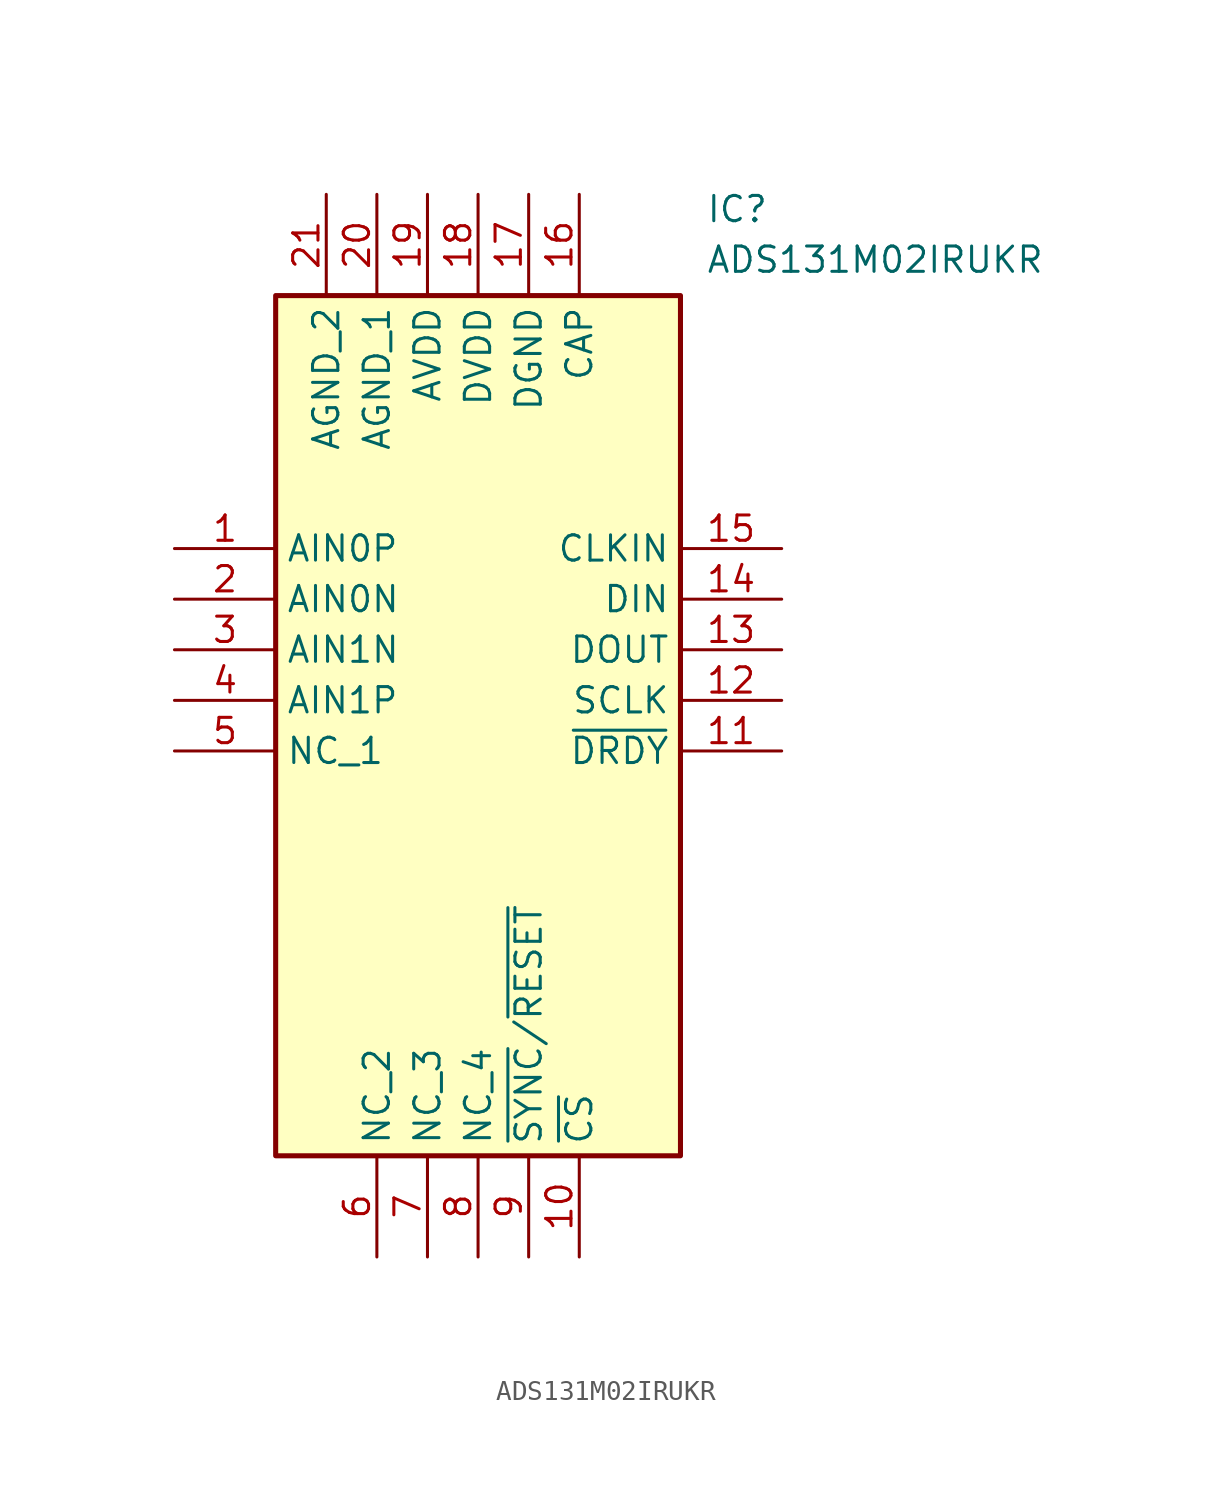
<source format=kicad_sym>
(kicad_symbol_lib
  (version 20211014)
  (generator SamacSys_ECAD_Model)
  (symbol "ADS131M02IRUKR"
    (property "Reference" "IC"
      (at 26.67 17.78 0)
      (effects (font (size 1.27 1.27)) (justify left top)))
    (property "Value" "ADS131M02IRUKR"
      (at 26.67 15.24 0)
      (effects (font (size 1.27 1.27)) (justify left top)))
    (rectangle
      (start 5.08 12.7)
      (end 25.4 -30.48)
      (stroke (width 0.254) (type default))
      (fill (type background)))
    (pin passive line
      (at 0 0 0)
      (length 5.08)
      (name "AIN0P" (effects (font (size 1.27 1.27))))
      (number "1" (effects (font (size 1.27 1.27)))))
    (pin passive line
      (at 0 -2.54 0)
      (length 5.08)
      (name "AIN0N" (effects (font (size 1.27 1.27))))
      (number "2" (effects (font (size 1.27 1.27)))))
    (pin passive line
      (at 0 -5.08 0)
      (length 5.08)
      (name "AIN1N" (effects (font (size 1.27 1.27))))
      (number "3" (effects (font (size 1.27 1.27)))))
    (pin passive line
      (at 0 -7.62 0)
      (length 5.08)
      (name "AIN1P" (effects (font (size 1.27 1.27))))
      (number "4" (effects (font (size 1.27 1.27)))))
    (pin passive line
      (at 0 -10.16 0)
      (length 5.08)
      (name "NC_1" (effects (font (size 1.27 1.27))))
      (number "5" (effects (font (size 1.27 1.27)))))
    (pin passive line
      (at 10.16 -35.56 90)
      (length 5.08)
      (name "NC_2" (effects (font (size 1.27 1.27))))
      (number "6" (effects (font (size 1.27 1.27)))))
    (pin passive line
      (at 12.7 -35.56 90)
      (length 5.08)
      (name "NC_3" (effects (font (size 1.27 1.27))))
      (number "7" (effects (font (size 1.27 1.27)))))
    (pin passive line
      (at 15.24 -35.56 90)
      (length 5.08)
      (name "NC_4" (effects (font (size 1.27 1.27))))
      (number "8" (effects (font (size 1.27 1.27)))))
    (pin passive line
      (at 17.78 -35.56 90)
      (length 5.08)
      (name "~{SYNC}/~{RESET}" (effects (font (size 1.27 1.27))))
      (number "9" (effects (font (size 1.27 1.27)))))
    (pin passive line
      (at 20.32 -35.56 90)
      (length 5.08)
      (name "~{CS}" (effects (font (size 1.27 1.27))))
      (number "10" (effects (font (size 1.27 1.27)))))
    (pin passive line
      (at 30.48 0 180)
      (length 5.08)
      (name "CLKIN" (effects (font (size 1.27 1.27))))
      (number "15" (effects (font (size 1.27 1.27)))))
    (pin passive line
      (at 30.48 -2.54 180)
      (length 5.08)
      (name "DIN" (effects (font (size 1.27 1.27))))
      (number "14" (effects (font (size 1.27 1.27)))))
    (pin passive line
      (at 30.48 -5.08 180)
      (length 5.08)
      (name "DOUT" (effects (font (size 1.27 1.27))))
      (number "13" (effects (font (size 1.27 1.27)))))
    (pin passive line
      (at 30.48 -7.62 180)
      (length 5.08)
      (name "SCLK" (effects (font (size 1.27 1.27))))
      (number "12" (effects (font (size 1.27 1.27)))))
    (pin passive line
      (at 30.48 -10.16 180)
      (length 5.08)
      (name "~{DRDY}" (effects (font (size 1.27 1.27))))
      (number "11" (effects (font (size 1.27 1.27)))))
    (pin passive line
      (at 7.62 17.78 270)
      (length 5.08)
      (name "AGND_2" (effects (font (size 1.27 1.27))))
      (number "21" (effects (font (size 1.27 1.27)))))
    (pin passive line
      (at 10.16 17.78 270)
      (length 5.08)
      (name "AGND_1" (effects (font (size 1.27 1.27))))
      (number "20" (effects (font (size 1.27 1.27)))))
    (pin passive line
      (at 12.7 17.78 270)
      (length 5.08)
      (name "AVDD" (effects (font (size 1.27 1.27))))
      (number "19" (effects (font (size 1.27 1.27)))))
    (pin passive line
      (at 15.24 17.78 270)
      (length 5.08)
      (name "DVDD" (effects (font (size 1.27 1.27))))
      (number "18" (effects (font (size 1.27 1.27)))))
    (pin passive line
      (at 17.78 17.78 270)
      (length 5.08)
      (name "DGND" (effects (font (size 1.27 1.27))))
      (number "17" (effects (font (size 1.27 1.27)))))
    (pin passive line
      (at 20.32 17.78 270)
      (length 5.08)
      (name "CAP" (effects (font (size 1.27 1.27))))
      (number "16" (effects (font (size 1.27 1.27)))))))
</source>
